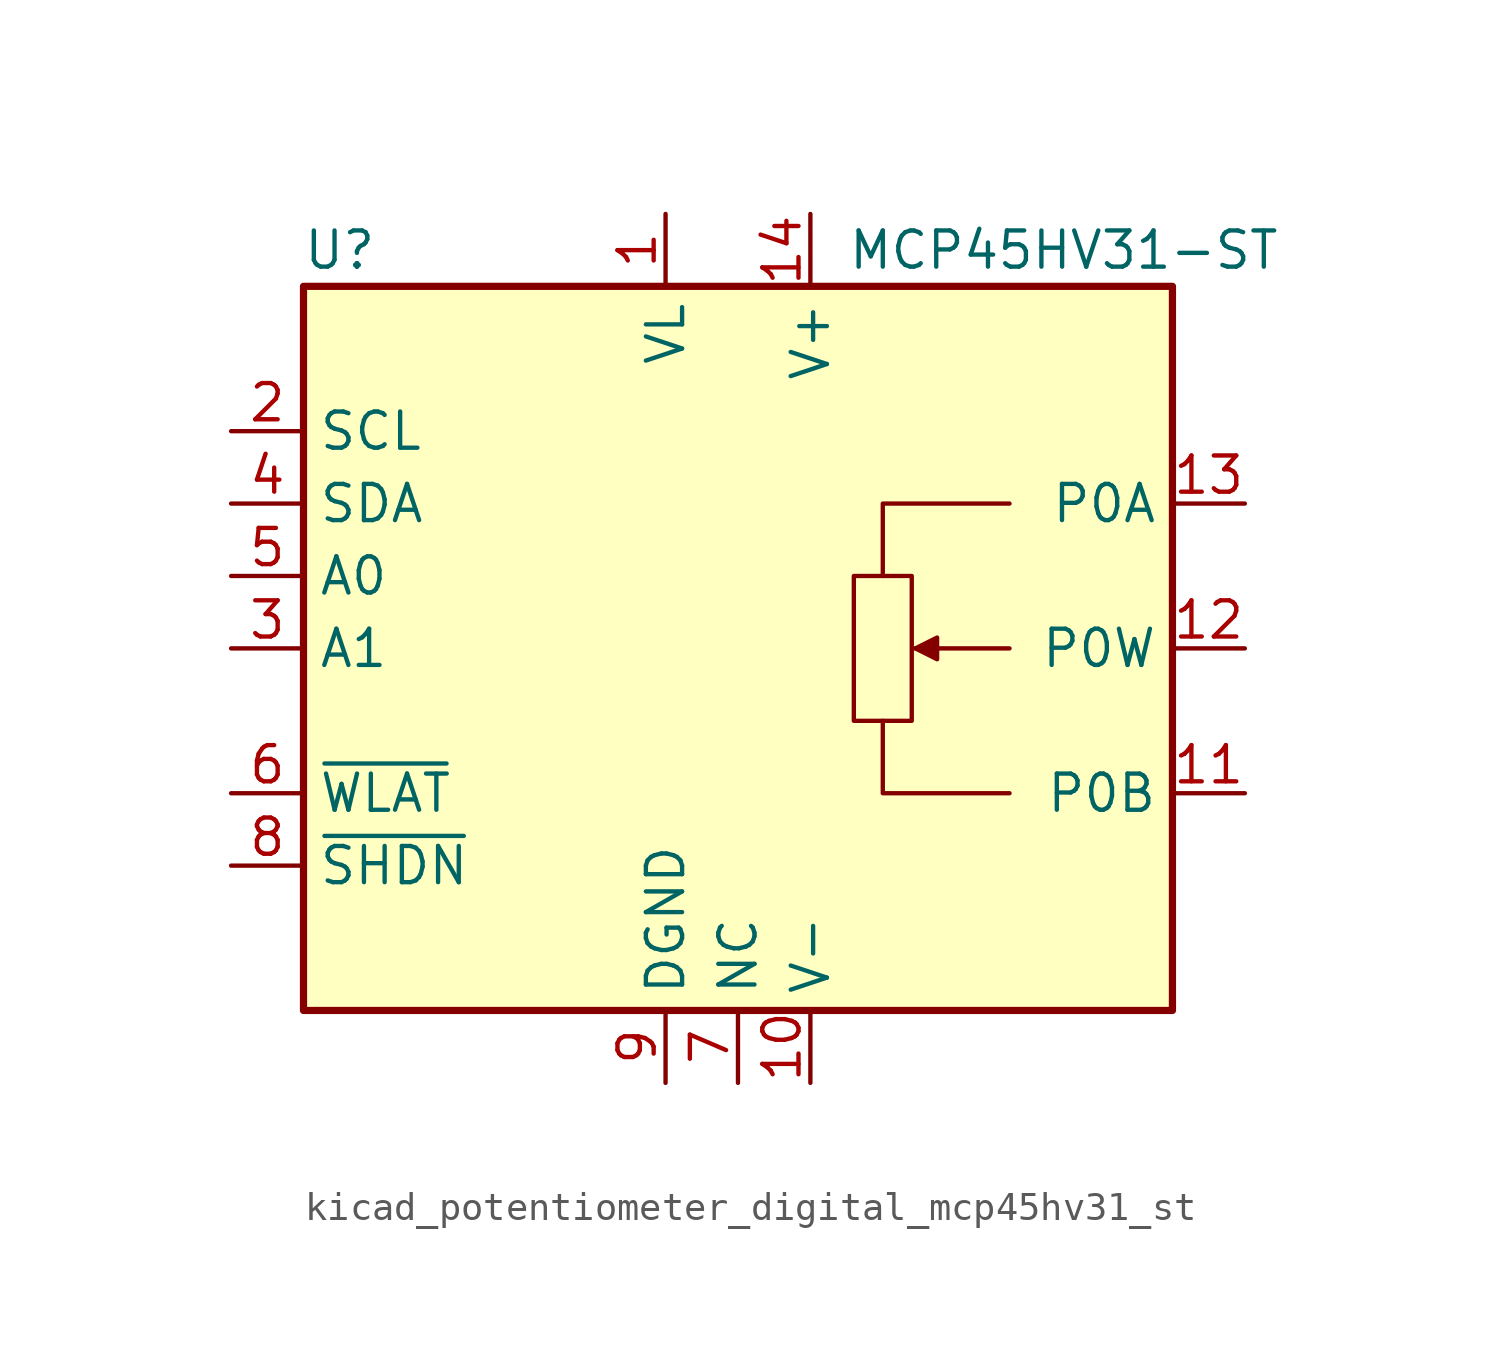
<source format=kicad_sym>
(kicad_symbol_lib
  (version 20220914)
  (generator kicad_symbol_editor)
  (symbol "kicad_potentiometer_digital_mcp45hv31_st"
    (property "Reference" "U"
      (at -13.97 13.97 0)
      (effects (font (size 1.27 1.27))))
    (property "Value" "MCP45HV31-ST"
      (at 11.43 13.97 0)
      (effects (font (size 1.27 1.27))))
    (symbol "kicad_potentiometer_digital_mcp45hv31_st_0_1"
      (polyline (pts (xy 9.525 0) (xy 6.223 0)) (stroke (width 0) (type default)) (fill (type none)))
      (polyline (pts (xy 5.08 -2.54) (xy 5.08 -5.08) (xy 9.525 -5.08)) (stroke (width 0) (type default)) (fill (type none)))
      (polyline (pts (xy 5.08 2.54) (xy 5.08 5.08) (xy 9.525 5.08)) (stroke (width 0) (type default)) (fill (type none)))
      (polyline (pts (xy 6.223 0) (xy 6.985 0.381) (xy 6.985 -0.381) (xy 6.223 0)) (stroke (width 0) (type default)) (fill (type outline)))
      (polyline (pts (xy 6.096 2.54) (xy 4.064 2.54) (xy 4.064 -2.54) (xy 6.096 -2.54) (xy 6.096 2.54)) (stroke (width 0) (type default)) (fill (type none))))
    (symbol "kicad_potentiometer_digital_mcp45hv31_st_1_1"
      (rectangle (start -15.24 12.7) (end 15.24 -12.7) (stroke (width 0.254) (type default)) (fill (type background)))
      (pin power_in line (at -2.54 15.24 270) (length 2.54) (name "VL" (effects (font (size 1.27 1.27)))) (number "1" (effects (font (size 1.27 1.27)))))
      (pin power_in line (at 2.54 -15.24 90) (length 2.54) (name "V-" (effects (font (size 1.27 1.27)))) (number "10" (effects (font (size 1.27 1.27)))))
      (pin passive line (at 17.78 -5.08 180) (length 2.54) (name "P0B" (effects (font (size 1.27 1.27)))) (number "11" (effects (font (size 1.27 1.27)))))
      (pin passive line (at 17.78 0 180) (length 2.54) (name "P0W" (effects (font (size 1.27 1.27)))) (number "12" (effects (font (size 1.27 1.27)))))
      (pin passive line (at 17.78 5.08 180) (length 2.54) (name "P0A" (effects (font (size 1.27 1.27)))) (number "13" (effects (font (size 1.27 1.27)))))
      (pin power_in line (at 2.54 15.24 270) (length 2.54) (name "V+" (effects (font (size 1.27 1.27)))) (number "14" (effects (font (size 1.27 1.27)))))
      (pin input line (at -17.78 7.62 0) (length 2.54) (name "SCL" (effects (font (size 1.27 1.27)))) (number "2" (effects (font (size 1.27 1.27)))))
      (pin input line (at -17.78 0 0) (length 2.54) (name "A1" (effects (font (size 1.27 1.27)))) (number "3" (effects (font (size 1.27 1.27)))))
      (pin bidirectional line (at -17.78 5.08 0) (length 2.54) (name "SDA" (effects (font (size 1.27 1.27)))) (number "4" (effects (font (size 1.27 1.27)))))
      (pin input line (at -17.78 2.54 0) (length 2.54) (name "A0" (effects (font (size 1.27 1.27)))) (number "5" (effects (font (size 1.27 1.27)))))
      (pin input line (at -17.78 -5.08 0) (length 2.54) (name "~{WLAT}" (effects (font (size 1.27 1.27)))) (number "6" (effects (font (size 1.27 1.27)))))
      (pin passive line (at 0 -15.24 90) (length 2.54) (name "NC" (effects (font (size 1.27 1.27)))) (number "7" (effects (font (size 1.27 1.27)))))
      (pin input line (at -17.78 -7.62 0) (length 2.54) (name "~{SHDN}" (effects (font (size 1.27 1.27)))) (number "8" (effects (font (size 1.27 1.27)))))
      (pin power_in line (at -2.54 -15.24 90) (length 2.54) (name "DGND" (effects (font (size 1.27 1.27)))) (number "9" (effects (font (size 1.27 1.27))))))))
</source>
